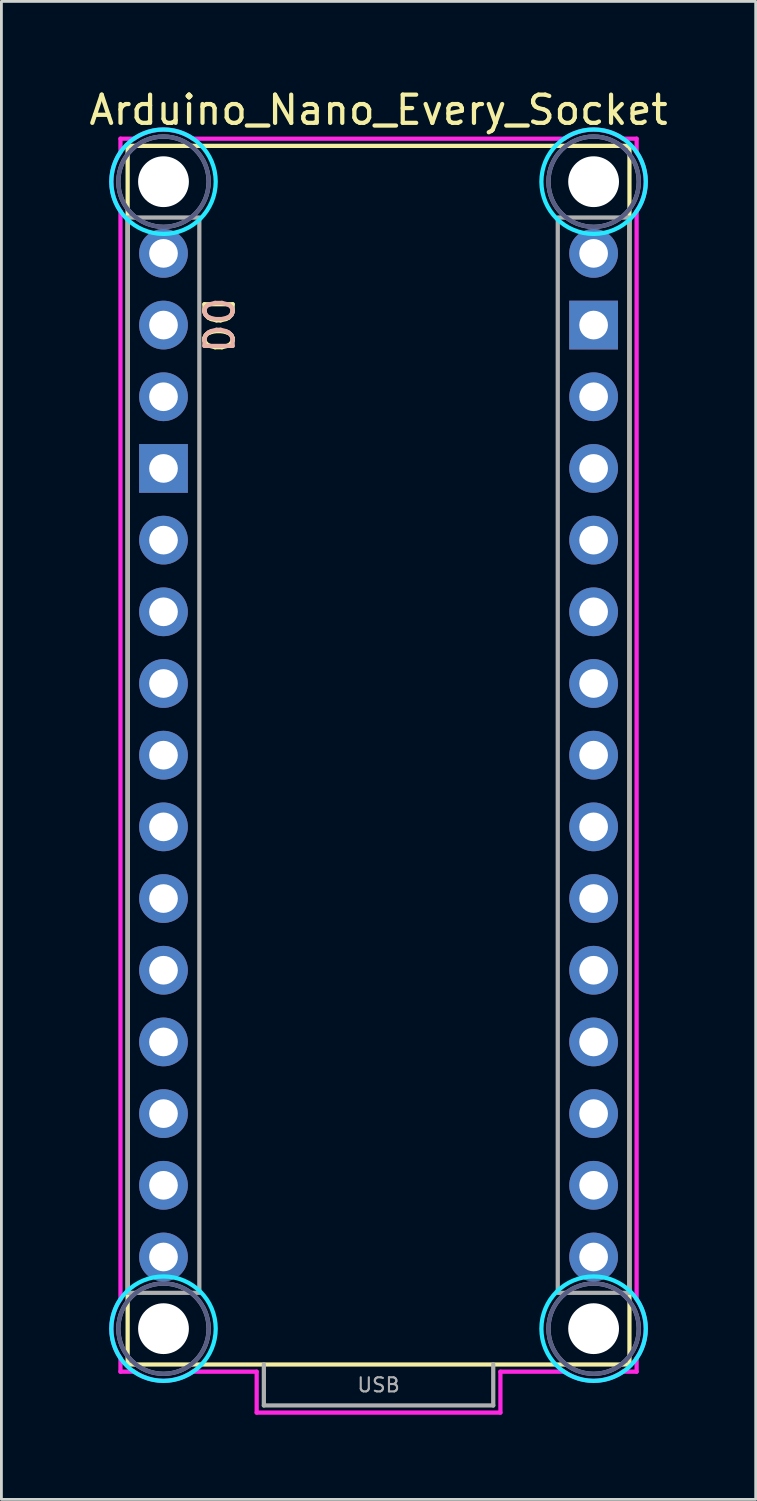
<source format=kicad_pcb>
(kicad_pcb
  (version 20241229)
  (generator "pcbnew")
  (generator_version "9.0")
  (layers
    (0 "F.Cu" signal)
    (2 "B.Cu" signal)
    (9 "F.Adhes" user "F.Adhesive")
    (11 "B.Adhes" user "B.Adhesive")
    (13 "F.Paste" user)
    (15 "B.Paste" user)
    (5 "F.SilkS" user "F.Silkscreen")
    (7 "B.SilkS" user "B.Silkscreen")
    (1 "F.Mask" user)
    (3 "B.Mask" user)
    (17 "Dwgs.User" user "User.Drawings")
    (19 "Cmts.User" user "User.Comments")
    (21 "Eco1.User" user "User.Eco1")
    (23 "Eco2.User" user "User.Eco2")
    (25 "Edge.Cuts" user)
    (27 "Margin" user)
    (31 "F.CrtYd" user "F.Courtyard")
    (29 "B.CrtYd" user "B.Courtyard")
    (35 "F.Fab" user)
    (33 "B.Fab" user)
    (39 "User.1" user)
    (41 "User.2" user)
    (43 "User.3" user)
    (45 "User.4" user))
  (footprint "Arduino_Nano_Every_Socket"
    (layer "F.Cu")
    (at 10.363 45.298)
    (property "Reference" "Arduino_Nano_Every_Socket" (at 0 -44.45 0) (layer "F.SilkS") (effects (font (size 1 1) (thickness 0.15))))
    (attr through_hole)
    (fp_line (start -8.89 -43.18) (end -8.89 0) (stroke (width 0.15) (type solid)) (layer "F.SilkS"))
    (fp_line (start -8.89 -43.18) (end 8.89 -43.18) (stroke (width 0.15) (type solid)) (layer "F.SilkS"))
    (fp_line (start -8.89 0) (end 8.89 0) (stroke (width 0.15) (type solid)) (layer "F.SilkS"))
    (fp_line (start 8.89 -43.18) (end 8.89 0) (stroke (width 0.15) (type solid)) (layer "F.SilkS"))
    (fp_circle (center -7.62 -41.91) (end -5.77 -41.91) (stroke (width 0.15) (type solid)) (fill no) (layer "B.CrtYd"))
    (fp_circle (center -7.62 -1.27) (end -5.77 -1.27) (stroke (width 0.15) (type solid)) (fill no) (layer "B.CrtYd"))
    (fp_circle (center 7.62 -41.91) (end 9.47 -41.91) (stroke (width 0.15) (type solid)) (fill no) (layer "B.CrtYd"))
    (fp_circle (center 7.62 -1.27) (end 9.47 -1.27) (stroke (width 0.15) (type solid)) (fill no) (layer "B.CrtYd"))
    (fp_line (start -9.144 -43.434) (end -8.661 -43.434) (stroke (width 0.15) (type solid)) (layer "F.CrtYd"))
    (fp_line (start -9.144 -42.951) (end -9.144 -43.434) (stroke (width 0.15) (type solid)) (layer "F.CrtYd"))
    (fp_line (start -9.144 -2.311) (end -9.144 -40.869) (stroke (width 0.15) (type solid)) (layer "F.CrtYd"))
    (fp_line (start -9.144 0.254) (end -9.144 -0.229) (stroke (width 0.15) (type solid)) (layer "F.CrtYd"))
    (fp_line (start -8.661 0.254) (end -9.144 0.254) (stroke (width 0.15) (type solid)) (layer "F.CrtYd"))
    (fp_line (start -6.579 -43.434) (end 6.579 -43.434) (stroke (width 0.15) (type solid)) (layer "F.CrtYd"))
    (fp_line (start -4.318 0.254) (end -6.579 0.254) (stroke (width 0.15) (type solid)) (layer "F.CrtYd"))
    (fp_line (start -4.318 1.704) (end -4.318 0.254) (stroke (width 0.15) (type solid)) (layer "F.CrtYd"))
    (fp_line (start 4.318 0.254) (end 4.318 1.704) (stroke (width 0.15) (type solid)) (layer "F.CrtYd"))
    (fp_line (start 4.318 1.704) (end -4.318 1.704) (stroke (width 0.15) (type solid)) (layer "F.CrtYd"))
    (fp_line (start 6.579 0.254) (end 4.318 0.254) (stroke (width 0.15) (type solid)) (layer "F.CrtYd"))
    (fp_line (start 8.661 -43.434) (end 9.144 -43.434) (stroke (width 0.15) (type solid)) (layer "F.CrtYd"))
    (fp_line (start 9.144 -43.434) (end 9.144 -42.951) (stroke (width 0.15) (type solid)) (layer "F.CrtYd"))
    (fp_line (start 9.144 -40.869) (end 9.144 -2.311) (stroke (width 0.15) (type solid)) (layer "F.CrtYd"))
    (fp_line (start 9.144 -0.229) (end 9.144 0.254) (stroke (width 0.15) (type solid)) (layer "F.CrtYd"))
    (fp_line (start 9.144 0.254) (end 8.661 0.254) (stroke (width 0.15) (type solid)) (layer "F.CrtYd"))
    (fp_arc (start -9.144 -40.8686) (mid -9.467363 -41.91) (end -9.144 -42.9514) (stroke (width 0.15) (type solid)) (layer "F.CrtYd"))
    (fp_arc (start -9.144 -0.2286) (mid -9.467363 -1.27) (end -9.144 -2.3114) (stroke (width 0.15) (type solid)) (layer "F.CrtYd"))
    (fp_arc (start -8.6614 -43.434) (mid -7.62 -43.757363) (end -6.5786 -43.434) (stroke (width 0.15) (type solid)) (layer "F.CrtYd"))
    (fp_arc (start -6.5786 0.254) (mid -7.62 0.577363) (end -8.6614 0.254) (stroke (width 0.15) (type solid)) (layer "F.CrtYd"))
    (fp_arc (start 6.5786 -43.434) (mid 7.62 -43.757363) (end 8.6614 -43.434) (stroke (width 0.15) (type solid)) (layer "F.CrtYd"))
    (fp_arc (start 8.6614 0.254) (mid 7.62 0.577363) (end 6.5786 0.254) (stroke (width 0.15) (type solid)) (layer "F.CrtYd"))
    (fp_arc (start 9.144 -42.9514) (mid 9.467363 -41.91) (end 9.144 -40.8686) (stroke (width 0.15) (type solid)) (layer "F.CrtYd"))
    (fp_arc (start 9.144 -2.3114) (mid 9.467363 -1.27) (end 9.144 -0.2286) (stroke (width 0.15) (type solid)) (layer "F.CrtYd"))
    (fp_circle (center -7.62 -41.91) (end -6.02 -41.91) (stroke (width 0.15) (type solid)) (fill no) (layer "B.Fab"))
    (fp_circle (center -7.62 -1.27) (end -6.02 -1.27) (stroke (width 0.15) (type solid)) (fill no) (layer "B.Fab"))
    (fp_circle (center 7.62 -41.91) (end 9.22 -41.91) (stroke (width 0.15) (type solid)) (fill no) (layer "B.Fab"))
    (fp_circle (center 7.62 -1.27) (end 9.22 -1.27) (stroke (width 0.15) (type solid)) (fill no) (layer "B.Fab"))
    (fp_line (start -4.064 0) (end -4.064 1.45) (stroke (width 0.15) (type solid)) (layer "F.Fab"))
    (fp_line (start -4.064 1.45) (end 4.064 1.45) (stroke (width 0.15) (type solid)) (layer "F.Fab"))
    (fp_line (start 4.064 1.45) (end 4.064 0) (stroke (width 0.15) (type solid)) (layer "F.Fab"))
    (fp_rect (start -8.89 -40.64) (end -6.35 -2.54) (stroke (width 0.15) (type solid)) (fill no) (layer "F.Fab"))
    (fp_rect (start 6.35 -40.64) (end 8.89 -2.54) (stroke (width 0.15) (type solid)) (fill no) (layer "F.Fab"))
    (fp_circle (center -7.62 -41.91) (end -6.02 -41.91) (stroke (width 0.15) (type solid)) (fill no) (layer "F.Fab"))
    (fp_circle (center -7.62 -1.27) (end -6.02 -1.27) (stroke (width 0.15) (type solid)) (fill no) (layer "F.Fab"))
    (fp_circle (center 7.62 -41.91) (end 9.22 -41.91) (stroke (width 0.15) (type solid)) (fill no) (layer "F.Fab"))
    (fp_circle (center 7.62 -1.27) (end 9.22 -1.27) (stroke (width 0.15) (type solid)) (fill no) (layer "F.Fab"))
    (fp_text user "D0" (at -5.715 -36.83 270) (unlocked yes) (layer "F.SilkS") (effects (font (size 1 1) (thickness 0.15))))
    (fp_text user "D0" (at -5.715 -36.83 270) (unlocked yes) (layer "B.SilkS") (effects (font (size 1 1) (thickness 0.15)) (justify mirror)))
    (fp_text user "USB" (at 0 0.725 0) (layer "F.Fab") (effects (font (size 0.5 0.5) (thickness 0.075))))
    (pad "" np_thru_hole circle (at -7.62 -41.91) (size 1.8 1.8) (drill 1.8) (layers "*.Cu" "*.Mask"))
    (pad "" np_thru_hole circle (at -7.62 -1.27) (size 1.8 1.8) (drill 1.8) (layers "*.Cu" "*.Mask"))
    (pad "" np_thru_hole circle (at 7.62 -41.91) (size 1.8 1.8) (drill 1.8) (layers "*.Cu" "*.Mask"))
    (pad "" np_thru_hole circle (at 7.62 -1.27) (size 1.8 1.8) (drill 1.8) (layers "*.Cu" "*.Mask"))
    (pad "3V3" thru_hole circle (at 7.62 -6.35) (size 1.727 1.727) (drill 1.016) (layers "*.Cu" "*.Mask"))
    (pad "5V" thru_hole circle (at 7.62 -31.75) (size 1.727 1.727) (drill 1.016) (layers "*.Cu" "*.Mask"))
    (pad "A0" thru_hole circle (at 7.62 -11.43) (size 1.727 1.727) (drill 1.016) (layers "*.Cu" "*.Mask"))
    (pad "A1" thru_hole circle (at 7.62 -13.97) (size 1.727 1.727) (drill 1.016) (layers "*.Cu" "*.Mask"))
    (pad "A2" thru_hole circle (at 7.62 -16.51) (size 1.727 1.727) (drill 1.016) (layers "*.Cu" "*.Mask"))
    (pad "A3" thru_hole circle (at 7.62 -19.05) (size 1.727 1.727) (drill 1.016) (layers "*.Cu" "*.Mask"))
    (pad "A4" thru_hole circle (at 7.62 -21.59) (size 1.727 1.727) (drill 1.016) (layers "*.Cu" "*.Mask"))
    (pad "A5" thru_hole circle (at 7.62 -24.13) (size 1.727 1.727) (drill 1.016) (layers "*.Cu" "*.Mask"))
    (pad "A6" thru_hole circle (at 7.62 -26.67) (size 1.727 1.727) (drill 1.016) (layers "*.Cu" "*.Mask"))
    (pad "A7" thru_hole circle (at 7.62 -29.21) (size 1.727 1.727) (drill 1.016) (layers "*.Cu" "*.Mask"))
    (pad "AREF" thru_hole circle (at 7.62 -8.89) (size 1.727 1.727) (drill 1.016) (layers "*.Cu" "*.Mask"))
    (pad "D0" thru_hole circle (at -7.62 -36.83) (size 1.727 1.727) (drill 1.016) (layers "*.Cu" "*.Mask"))
    (pad "D1" thru_hole circle (at -7.62 -39.37) (size 1.727 1.727) (drill 1.016) (layers "*.Cu" "*.Mask"))
    (pad "D2" thru_hole circle (at -7.62 -29.21) (size 1.727 1.727) (drill 1.016) (layers "*.Cu" "*.Mask"))
    (pad "D3" thru_hole circle (at -7.62 -26.67) (size 1.727 1.727) (drill 1.016) (layers "*.Cu" "*.Mask"))
    (pad "D4" thru_hole circle (at -7.62 -24.13) (size 1.727 1.727) (drill 1.016) (layers "*.Cu" "*.Mask"))
    (pad "D5" thru_hole circle (at -7.62 -21.59) (size 1.727 1.727) (drill 1.016) (layers "*.Cu" "*.Mask"))
    (pad "D6" thru_hole circle (at -7.62 -19.05) (size 1.727 1.727) (drill 1.016) (layers "*.Cu" "*.Mask"))
    (pad "D7" thru_hole circle (at -7.62 -16.51) (size 1.727 1.727) (drill 1.016) (layers "*.Cu" "*.Mask"))
    (pad "D8" thru_hole circle (at -7.62 -13.97) (size 1.727 1.727) (drill 1.016) (layers "*.Cu" "*.Mask"))
    (pad "D9" thru_hole circle (at -7.62 -11.43) (size 1.727 1.727) (drill 1.016) (layers "*.Cu" "*.Mask"))
    (pad "D10" thru_hole circle (at -7.62 -8.89) (size 1.727 1.727) (drill 1.016) (layers "*.Cu" "*.Mask"))
    (pad "D11" thru_hole circle (at -7.62 -6.35) (size 1.727 1.727) (drill 1.016) (layers "*.Cu" "*.Mask"))
    (pad "D12" thru_hole circle (at -7.62 -3.81) (size 1.727 1.727) (drill 1.016) (layers "*.Cu" "*.Mask"))
    (pad "D13" thru_hole circle (at 7.62 -3.81) (size 1.727 1.727) (drill 1.016) (layers "*.Cu" "*.Mask"))
    (pad "GND1" thru_hole rect (at -7.62 -31.75) (size 1.727 1.727) (drill 1.016) (layers "*.Cu" "*.Mask"))
    (pad "GND2" thru_hole rect (at 7.62 -36.83) (size 1.727 1.727) (drill 1.016) (layers "*.Cu" "*.Mask"))
    (pad "RST1" thru_hole circle (at -7.62 -34.29) (size 1.727 1.727) (drill 1.016) (layers "*.Cu" "*.Mask"))
    (pad "RST2" thru_hole circle (at 7.62 -34.29) (size 1.727 1.727) (drill 1.016) (layers "*.Cu" "*.Mask"))
    (pad "VIN" thru_hole circle (at 7.62 -39.37) (size 1.727 1.727) (drill 1.016) (layers "*.Cu" "*.Mask")))
  (gr_rect
    (start -3 -3)
    (end 23.726 50.077)
    (stroke (width 0.1) (type default))
    (fill no)
    (layer "Edge.Cuts")))
</source>
